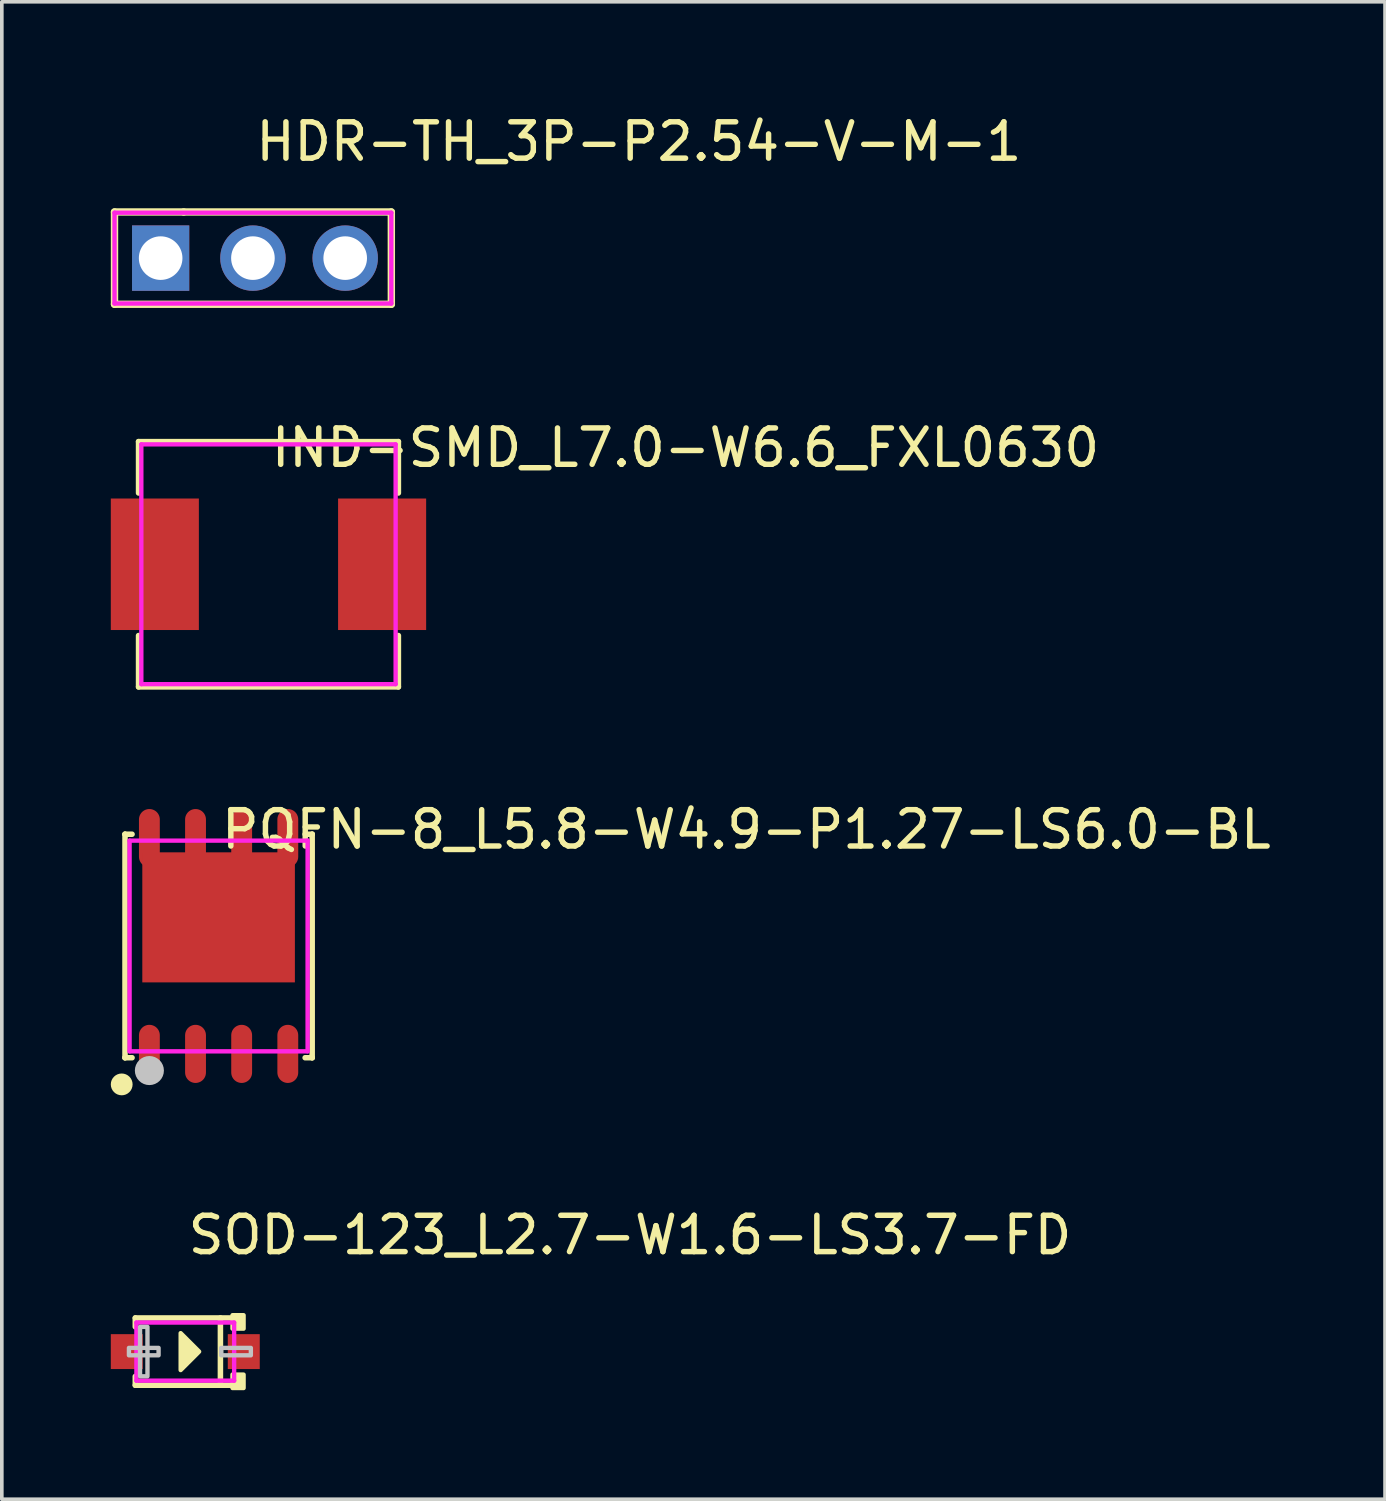
<source format=kicad_pcb>
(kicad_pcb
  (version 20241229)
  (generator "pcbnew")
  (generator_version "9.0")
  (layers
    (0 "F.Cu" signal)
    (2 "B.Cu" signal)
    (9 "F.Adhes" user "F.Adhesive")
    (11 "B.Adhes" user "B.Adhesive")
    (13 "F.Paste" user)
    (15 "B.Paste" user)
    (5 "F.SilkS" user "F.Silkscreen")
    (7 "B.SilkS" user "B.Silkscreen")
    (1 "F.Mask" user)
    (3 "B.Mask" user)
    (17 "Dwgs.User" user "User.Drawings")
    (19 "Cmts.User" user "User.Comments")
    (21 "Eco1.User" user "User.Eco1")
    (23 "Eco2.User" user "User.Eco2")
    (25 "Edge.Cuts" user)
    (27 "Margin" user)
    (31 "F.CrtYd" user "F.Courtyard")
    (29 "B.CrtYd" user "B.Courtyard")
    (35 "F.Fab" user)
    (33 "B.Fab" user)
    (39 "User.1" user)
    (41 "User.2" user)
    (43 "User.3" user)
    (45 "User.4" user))
  (footprint "PQFN-8_L5.8-W4.9-P1.27-LS6.0-BL"
    (layer "F.Cu")
    (at 2.967 22.989)
    (property "Reference" "PQFN-8_L5.8-W4.9-P1.27-LS6.0-BL" (at 0 -3.207 0) (layer "F.SilkS") (effects (font (size 1 1) (thickness 0.15)) (justify left)))
    (attr through_hole)
    (fp_line (start -2.576 -3.076) (end -2.576 -3.076) (stroke (width 0.152) (type solid)) (layer "F.SilkS"))
    (fp_line (start -2.576 -3.076) (end -2.382 -3.076) (stroke (width 0.152) (type solid)) (layer "F.SilkS"))
    (fp_line (start -2.576 3.076) (end -2.576 -3.076) (stroke (width 0.152) (type solid)) (layer "F.SilkS"))
    (fp_line (start -2.576 3.076) (end -2.576 3.076) (stroke (width 0.152) (type solid)) (layer "F.SilkS"))
    (fp_line (start -2.382 3.076) (end -2.576 3.076) (stroke (width 0.152) (type solid)) (layer "F.SilkS"))
    (fp_line (start 2.382 3.076) (end 2.576 3.076) (stroke (width 0.152) (type solid)) (layer "F.SilkS"))
    (fp_line (start 2.576 -3.076) (end 2.382 -3.076) (stroke (width 0.152) (type solid)) (layer "F.SilkS"))
    (fp_line (start 2.576 -3.076) (end 2.576 -3.076) (stroke (width 0.152) (type solid)) (layer "F.SilkS"))
    (fp_line (start 2.576 3.076) (end 2.576 -3.076) (stroke (width 0.152) (type solid)) (layer "F.SilkS"))
    (fp_line (start 2.576 3.076) (end 2.576 3.076) (stroke (width 0.152) (type solid)) (layer "F.SilkS"))
    (fp_circle (center -2.667 3.81) (end -2.517 3.81) (stroke (width 0.3) (type solid)) (fill no) (layer "F.SilkS"))
    (fp_poly (pts (xy -2.192 2.457) (xy -2.186 2.401) (xy -2.17 2.347) (xy -2.144 2.298) (xy -2.108 2.254) (xy -2.064 2.218) (xy -2.015 2.192) (xy -1.961 2.176) (xy -1.905 2.17) (xy -1.849 2.176) (xy -1.795 2.192) (xy -1.746 2.218) (xy -1.702 2.254) (xy -1.666 2.298) (xy -1.64 2.347) (xy -1.624 2.401) (xy -1.618 2.457) (xy -1.618 3.483) (xy -1.624 3.539) (xy -1.64 3.593) (xy -1.666 3.642) (xy -1.702 3.686) (xy -1.746 3.722) (xy -1.795 3.748) (xy -1.849 3.765) (xy -1.905 3.77) (xy -1.961 3.765) (xy -2.015 3.748) (xy -2.064 3.722) (xy -2.108 3.686) (xy -2.144 3.642) (xy -2.17 3.593) (xy -2.186 3.539) (xy -2.192 3.483)) (stroke (width 0.12) (type solid)) (fill yes) (layer "F.Paste"))
    (fp_poly (pts (xy -0.922 2.457) (xy -0.916 2.401) (xy -0.9 2.347) (xy -0.874 2.298) (xy -0.838 2.254) (xy -0.794 2.218) (xy -0.745 2.192) (xy -0.691 2.176) (xy -0.635 2.17) (xy -0.579 2.176) (xy -0.525 2.192) (xy -0.476 2.218) (xy -0.432 2.254) (xy -0.396 2.298) (xy -0.37 2.347) (xy -0.354 2.401) (xy -0.348 2.457) (xy -0.348 3.483) (xy -0.354 3.539) (xy -0.37 3.593) (xy -0.396 3.642) (xy -0.432 3.686) (xy -0.476 3.722) (xy -0.525 3.748) (xy -0.579 3.765) (xy -0.635 3.77) (xy -0.691 3.765) (xy -0.745 3.748) (xy -0.794 3.722) (xy -0.838 3.686) (xy -0.874 3.642) (xy -0.9 3.593) (xy -0.916 3.539) (xy -0.922 3.483)) (stroke (width 0.12) (type solid)) (fill yes) (layer "F.Paste"))
    (fp_poly (pts (xy 0.348 2.457) (xy 0.354 2.401) (xy 0.37 2.347) (xy 0.396 2.298) (xy 0.432 2.254) (xy 0.476 2.218) (xy 0.525 2.192) (xy 0.579 2.176) (xy 0.635 2.17) (xy 0.691 2.176) (xy 0.745 2.192) (xy 0.794 2.218) (xy 0.838 2.254) (xy 0.874 2.298) (xy 0.9 2.347) (xy 0.916 2.401) (xy 0.922 2.457) (xy 0.922 3.483) (xy 0.916 3.539) (xy 0.9 3.593) (xy 0.874 3.642) (xy 0.838 3.686) (xy 0.794 3.722) (xy 0.745 3.748) (xy 0.691 3.765) (xy 0.635 3.77) (xy 0.579 3.765) (xy 0.525 3.748) (xy 0.476 3.722) (xy 0.432 3.686) (xy 0.396 3.642) (xy 0.37 3.593) (xy 0.354 3.539) (xy 0.348 3.483)) (stroke (width 0.12) (type solid)) (fill yes) (layer "F.Paste"))
    (fp_poly (pts (xy 1.618 2.457) (xy 1.624 2.401) (xy 1.64 2.347) (xy 1.666 2.298) (xy 1.702 2.254) (xy 1.746 2.218) (xy 1.795 2.192) (xy 1.849 2.176) (xy 1.905 2.17) (xy 1.961 2.176) (xy 2.015 2.192) (xy 2.064 2.218) (xy 2.108 2.254) (xy 2.144 2.298) (xy 2.17 2.347) (xy 2.186 2.401) (xy 2.192 2.457) (xy 2.192 3.483) (xy 2.186 3.539) (xy 2.17 3.593) (xy 2.144 3.642) (xy 2.108 3.686) (xy 2.064 3.722) (xy 2.015 3.748) (xy 1.961 3.765) (xy 1.905 3.77) (xy 1.849 3.765) (xy 1.795 3.748) (xy 1.746 3.722) (xy 1.702 3.686) (xy 1.666 3.642) (xy 1.64 3.593) (xy 1.624 3.539) (xy 1.618 3.483)) (stroke (width 0.12) (type solid)) (fill yes) (layer "F.Paste"))
    (fp_poly (pts (xy 2.1 1) (xy 2.1 -2.25) (xy 2.138 -2.297) (xy 2.167 -2.35) (xy 2.184 -2.407) (xy 2.19 -2.467) (xy 2.19 -2.52) (xy 2.19 -3.51) (xy 2.185 -3.561) (xy 2.17 -3.609) (xy 2.146 -3.654) (xy 2.114 -3.694) (xy 2.074 -3.726) (xy 2.029 -3.75) (xy 1.981 -3.765) (xy 1.93 -3.77) (xy 1.88 -3.77) (xy 1.829 -3.765) (xy 1.78 -3.75) (xy 1.736 -3.726) (xy 1.696 -3.694) (xy 1.664 -3.654) (xy 1.64 -3.609) (xy 1.625 -3.561) (xy 1.62 -3.51) (xy 1.62 -2.58) (xy 0.92 -2.58) (xy 0.92 -3.49) (xy 0.915 -3.545) (xy 0.899 -3.597) (xy 0.873 -3.646) (xy 0.838 -3.688) (xy 0.796 -3.723) (xy 0.747 -3.749) (xy 0.695 -3.765) (xy 0.64 -3.77) (xy 0.63 -3.77) (xy 0.575 -3.765) (xy 0.523 -3.749) (xy 0.474 -3.723) (xy 0.432 -3.688) (xy 0.397 -3.646) (xy 0.371 -3.597) (xy 0.355 -3.545) (xy 0.35 -3.49) (xy 0.35 -3.46) (xy 0.35 -2.58) (xy -0.35 -2.58) (xy -0.35 -3.52) (xy -0.355 -3.569) (xy -0.369 -3.616) (xy -0.392 -3.659) (xy -0.423 -3.697) (xy -0.461 -3.728) (xy -0.504 -3.751) (xy -0.551 -3.765) (xy -0.6 -3.77) (xy -0.64 -3.77) (xy -0.695 -3.765) (xy -0.747 -3.749) (xy -0.796 -3.723) (xy -0.838 -3.688) (xy -0.873 -3.646) (xy -0.899 -3.597) (xy -0.915 -3.545) (xy -0.92 -3.49) (xy -0.92 -2.58) (xy -1.62 -2.58) (xy -1.62 -3.51) (xy -1.625 -3.561) (xy -1.64 -3.609) (xy -1.664 -3.654) (xy -1.696 -3.694) (xy -1.736 -3.726) (xy -1.78 -3.75) (xy -1.829 -3.765) (xy -1.88 -3.77) (xy -1.91 -3.77) (xy -1.965 -3.765) (xy -2.017 -3.749) (xy -2.066 -3.723) (xy -2.108 -3.688) (xy -2.143 -3.646) (xy -2.169 -3.597) (xy -2.185 -3.545) (xy -2.19 -3.49) (xy -2.19 -3.46) (xy -2.19 -2.44) (xy -2.185 -2.388) (xy -2.17 -2.338) (xy -2.145 -2.292) (xy -2.112 -2.252) (xy -2.1 -2.24) (xy -2.104 -2.235) (xy -2.107 -2.229) (xy -2.109 -2.223) (xy -2.11 -2.216) (xy -2.11 1.01)) (stroke (width 0.12) (type solid)) (fill yes) (layer "F.Paste"))
    (fp_circle (center -1.905 3.429) (end -1.705 3.429) (stroke (width 0.4) (type solid)) (fill no) (layer "Dwgs.User"))
    (fp_circle (center -2.5 3) (end -2.47 3) (stroke (width 0.06) (type solid)) (fill no) (layer "Eco2.User"))
    (fp_poly (pts (xy -2.11 -3) (xy -2.11 -2.195) (xy -1.7 -2.195) (xy -1.7 -3)) (stroke (width 0.12) (type solid)) (fill no) (layer "Eco2.User"))
    (fp_poly (pts (xy -2.11 3) (xy -2.11 2.195) (xy -1.7 2.195) (xy -1.7 3)) (stroke (width 0.12) (type solid)) (fill no) (layer "Eco2.User"))
    (fp_poly (pts (xy -0.84 -3) (xy -0.84 -2.195) (xy -0.43 -2.195) (xy -0.43 -3)) (stroke (width 0.12) (type solid)) (fill no) (layer "Eco2.User"))
    (fp_poly (pts (xy -0.84 3) (xy -0.84 2.195) (xy -0.43 2.195) (xy -0.43 3)) (stroke (width 0.12) (type solid)) (fill no) (layer "Eco2.User"))
    (fp_poly (pts (xy 0.43 -3) (xy 0.43 -2.195) (xy 0.84 -2.195) (xy 0.84 -3)) (stroke (width 0.12) (type solid)) (fill no) (layer "Eco2.User"))
    (fp_poly (pts (xy 0.43 3) (xy 0.43 2.195) (xy 0.84 2.195) (xy 0.84 3)) (stroke (width 0.12) (type solid)) (fill no) (layer "Eco2.User"))
    (fp_poly (pts (xy 1.7 -3) (xy 1.7 -2.195) (xy 2.11 -2.195) (xy 2.11 -3)) (stroke (width 0.12) (type solid)) (fill no) (layer "Eco2.User"))
    (fp_poly (pts (xy 1.7 3) (xy 1.7 2.195) (xy 2.11 2.195) (xy 2.11 3)) (stroke (width 0.12) (type solid)) (fill no) (layer "Eco2.User"))
    (fp_poly (pts (xy -2.1 0.644) (xy -2.1 -2.578) (xy 2.1 -2.578) (xy 2.1 1.002) (xy -1.742 1.002)) (stroke (width 0.12) (type solid)) (fill no) (layer "Eco2.User"))
    (fp_line (start -2.45 -2.9) (end 2.45 -2.9) (stroke (width 0.12) (type solid)) (layer "F.CrtYd"))
    (fp_line (start -2.45 2.9) (end -2.45 -2.9) (stroke (width 0.12) (type solid)) (layer "F.CrtYd"))
    (fp_line (start 2.45 -2.9) (end 2.45 2.9) (stroke (width 0.12) (type solid)) (layer "F.CrtYd"))
    (fp_line (start 2.45 2.9) (end -2.45 2.9) (stroke (width 0.12) (type solid)) (layer "F.CrtYd"))
    (pad "1" smd oval (at -1.905 2.97) (size 0.574 1.6) (layers "F.Cu" "F.Mask" "F.Paste"))
    (pad "2" smd oval (at -0.635 2.97) (size 0.574 1.6) (layers "F.Cu" "F.Mask" "F.Paste"))
    (pad "3" smd oval (at 0.635 2.97) (size 0.574 1.6) (layers "F.Cu" "F.Mask" "F.Paste"))
    (pad "4" smd oval (at 1.905 2.97) (size 0.574 1.6) (layers "F.Cu" "F.Mask" "F.Paste"))
    (pad "5" smd oval (at 1.905 -2.97) (size 0.574 1.6) (layers "F.Cu" "F.Mask" "F.Paste"))
    (pad "6" smd oval (at 0.635 -2.97) (size 0.574 1.6) (layers "F.Cu" "F.Mask" "F.Paste"))
    (pad "7" smd oval (at -0.635 -2.97) (size 0.574 1.6) (layers "F.Cu" "F.Mask" "F.Paste"))
    (pad "8" smd oval (at -1.905 -2.97) (size 0.574 1.6) (layers "F.Cu" "F.Mask" "F.Paste"))
    (pad "9" smd rect (at 0 -0.788) (size 4.2 3.58) (layers "F.Cu" "F.Mask" "F.Paste")))
  (footprint "SOD-123_L2.7-W1.6-LS3.7-FD"
    (layer "F.Cu")
    (at 2.05 34.154)
    (property "Reference" "SOD-123_L2.7-W1.6-LS3.7-FD" (at 0 -3.207 0) (layer "F.SilkS") (effects (font (size 1 1) (thickness 0.15)) (justify left)))
    (attr through_hole)
    (fp_line (start -1.376 -0.926) (end -1.376 -0.683) (stroke (width 0.152) (type solid)) (layer "F.SilkS"))
    (fp_line (start -1.376 0.926) (end -1.376 0.683) (stroke (width 0.152) (type solid)) (layer "F.SilkS"))
    (fp_line (start 0.967 0.926) (end 0.967 -0.926) (stroke (width 0.152) (type solid)) (layer "F.SilkS"))
    (fp_line (start 1.376 -0.926) (end -1.376 -0.926) (stroke (width 0.152) (type solid)) (layer "F.SilkS"))
    (fp_line (start 1.376 0.926) (end -1.376 0.926) (stroke (width 0.152) (type solid)) (layer "F.SilkS"))
    (fp_poly (pts (xy 0.381 0) (xy -0.127 -0.508) (xy -0.127 0.508)) (stroke (width 0.12) (type solid)) (fill yes) (layer "F.SilkS"))
    (fp_poly (pts (xy 1.3 -1.002) (xy 1.3 -0.632) (xy 1.605 -0.632) (xy 1.605 -1.002)) (stroke (width 0.12) (type solid)) (fill yes) (layer "F.SilkS"))
    (fp_poly (pts (xy 1.3 1.003) (xy 1.3 0.632) (xy 1.605 0.633) (xy 1.605 1.003)) (stroke (width 0.12) (type solid)) (fill yes) (layer "F.SilkS"))
    (fp_poly (pts (xy -1.551 0.102) (xy -1.551 -0.102) (xy -0.735 -0.102) (xy -0.735 0.102)) (stroke (width 0.12) (type solid)) (fill no) (layer "Dwgs.User"))
    (fp_poly (pts (xy -1.245 0.68) (xy -1.245 -0.68) (xy -1.041 -0.68) (xy -1.041 0.68)) (stroke (width 0.12) (type solid)) (fill no) (layer "Dwgs.User"))
    (fp_poly (pts (xy 1.805 0.102) (xy 1.805 -0.102) (xy 0.989 -0.102) (xy 0.989 0.102)) (stroke (width 0.12) (type solid)) (fill no) (layer "Dwgs.User"))
    (fp_line (start -1.511 -0.3) (end -1.511 0.3) (stroke (width 0.12) (type solid)) (layer "Eco2.User"))
    (fp_line (start -1.511 0.3) (end -1.34 0.3) (stroke (width 0.12) (type solid)) (layer "Eco2.User"))
    (fp_line (start -1.34 -0.3) (end -1.511 -0.3) (stroke (width 0.12) (type solid)) (layer "Eco2.User"))
    (fp_line (start -1.34 0.3) (end -1.34 -0.3) (stroke (width 0.12) (type solid)) (layer "Eco2.User"))
    (fp_line (start 1.34 -0.3) (end 1.34 0.3) (stroke (width 0.12) (type solid)) (layer "Eco2.User"))
    (fp_line (start 1.34 0.3) (end 1.511 0.3) (stroke (width 0.12) (type solid)) (layer "Eco2.User"))
    (fp_line (start 1.511 -0.3) (end 1.34 -0.3) (stroke (width 0.12) (type solid)) (layer "Eco2.User"))
    (fp_line (start 1.511 0.3) (end 1.511 -0.3) (stroke (width 0.12) (type solid)) (layer "Eco2.User"))
    (fp_circle (center -1.851 0.8) (end -1.821 0.8) (stroke (width 0.06) (type solid)) (fill no) (layer "Eco2.User"))
    (fp_poly (pts (xy -1.851 -0.3) (xy -1.501 -0.3) (xy -1.501 0.3) (xy -1.851 0.3)) (stroke (width 0.12) (type solid)) (fill no) (layer "Eco2.User"))
    (fp_poly (pts (xy 1.851 0.3) (xy 1.501 0.3) (xy 1.501 -0.3) (xy 1.851 -0.3)) (stroke (width 0.12) (type solid)) (fill no) (layer "Eco2.User"))
    (fp_line (start -1.345 -0.8) (end 1.345 -0.8) (stroke (width 0.12) (type solid)) (layer "F.CrtYd"))
    (fp_line (start -1.345 0.8) (end -1.345 -0.8) (stroke (width 0.12) (type solid)) (layer "F.CrtYd"))
    (fp_line (start 1.345 -0.8) (end 1.345 0.8) (stroke (width 0.12) (type solid)) (layer "F.CrtYd"))
    (fp_line (start 1.345 0.8) (end -1.345 0.8) (stroke (width 0.12) (type solid)) (layer "F.CrtYd"))
    (pad "1" smd rect (at -1.61 0 180) (size 0.88 0.96) (layers "F.Cu" "F.Mask" "F.Paste"))
    (pad "2" smd rect (at 1.61 0 180) (size 0.88 0.96) (layers "F.Cu" "F.Mask" "F.Paste")))
  (footprint "IND-SMD_L7.0-W6.6_FXL0630"
    (layer "F.Cu")
    (at 4.34 12.482)
    (property "Reference" "IND-SMD_L7.0-W6.6_FXL0630" (at 0 -3.207 0) (layer "F.SilkS") (effects (font (size 1 1) (thickness 0.15)) (justify left)))
    (attr through_hole)
    (fp_line (start -3.576 -3.376) (end 3.576 -3.376) (stroke (width 0.152) (type solid)) (layer "F.SilkS"))
    (fp_line (start -3.576 -1.962) (end -3.576 -3.376) (stroke (width 0.152) (type solid)) (layer "F.SilkS"))
    (fp_line (start -3.576 1.962) (end -3.576 3.376) (stroke (width 0.152) (type solid)) (layer "F.SilkS"))
    (fp_line (start -3.576 3.376) (end 3.576 3.376) (stroke (width 0.152) (type solid)) (layer "F.SilkS"))
    (fp_line (start 3.576 -3.376) (end 3.576 -1.962) (stroke (width 0.152) (type solid)) (layer "F.SilkS"))
    (fp_line (start 3.576 3.376) (end 3.576 1.962) (stroke (width 0.152) (type solid)) (layer "F.SilkS"))
    (fp_circle (center 3.5 -3.3) (end 3.53 -3.3) (stroke (width 0.06) (type solid)) (fill no) (layer "Eco2.User"))
    (fp_poly (pts (xy -3.5 1.6) (xy -3.5 -1.6) (xy -2 -1.6) (xy -2 1.6)) (stroke (width 0.12) (type solid)) (fill no) (layer "Eco2.User"))
    (fp_poly (pts (xy 3.5 1.6) (xy 3.5 -1.6) (xy 2 -1.6) (xy 2 1.6)) (stroke (width 0.12) (type solid)) (fill no) (layer "Eco2.User"))
    (fp_line (start -3.5 -3.3) (end 3.5 -3.3) (stroke (width 0.12) (type solid)) (layer "F.CrtYd"))
    (fp_line (start -3.5 3.3) (end -3.5 -3.3) (stroke (width 0.12) (type solid)) (layer "F.CrtYd"))
    (fp_line (start 3.5 -3.3) (end 3.5 3.3) (stroke (width 0.12) (type solid)) (layer "F.CrtYd"))
    (fp_line (start 3.5 3.3) (end -3.5 3.3) (stroke (width 0.12) (type solid)) (layer "F.CrtYd"))
    (pad "1" smd rect (at 3.128 0) (size 2.424 3.62) (layers "F.Cu" "F.Mask" "F.Paste"))
    (pad "2" smd rect (at -3.128 0) (size 2.424 3.62) (layers "F.Cu" "F.Mask" "F.Paste")))
  (footprint "HDR-TH_3P-P2.54-V-M-1"
    (layer "F.Cu")
    (at 3.912 4.055)
    (property "Reference" "HDR-TH_3P-P2.54-V-M-1" (at 0 -3.207 0) (layer "F.SilkS") (effects (font (size 1 1) (thickness 0.15)) (justify left)))
    (attr through_hole)
    (fp_line (start -3.81 -1.27) (end -3.81 1.27) (stroke (width 0.203) (type solid)) (layer "F.SilkS"))
    (fp_line (start -3.81 1.27) (end 3.81 1.27) (stroke (width 0.203) (type solid)) (layer "F.SilkS"))
    (fp_line (start -1.905 -1.27) (end -3.81 -1.27) (stroke (width 0.203) (type solid)) (layer "F.SilkS"))
    (fp_line (start 3.81 -1.27) (end -1.905 -1.27) (stroke (width 0.203) (type solid)) (layer "F.SilkS"))
    (fp_line (start 3.81 1.27) (end 3.81 -1.27) (stroke (width 0.203) (type solid)) (layer "F.SilkS"))
    (fp_circle (center -3.81 1.25) (end -3.78 1.25) (stroke (width 0.06) (type solid)) (fill no) (layer "Eco2.User"))
    (fp_poly (pts (xy -2.86 -0.32) (xy -2.22 -0.32) (xy -2.22 0.32) (xy -2.86 0.32)) (stroke (width 0.12) (type solid)) (fill no) (layer "Eco2.User"))
    (fp_poly (pts (xy -0.32 -0.32) (xy 0.32 -0.32) (xy 0.32 0.32) (xy -0.32 0.32)) (stroke (width 0.12) (type solid)) (fill no) (layer "Eco2.User"))
    (fp_poly (pts (xy 2.22 -0.32) (xy 2.86 -0.32) (xy 2.86 0.32) (xy 2.22 0.32)) (stroke (width 0.12) (type solid)) (fill no) (layer "Eco2.User"))
    (fp_line (start -3.81 -1.25) (end 3.81 -1.25) (stroke (width 0.12) (type solid)) (layer "F.CrtYd"))
    (fp_line (start -3.81 1.25) (end -3.81 -1.25) (stroke (width 0.12) (type solid)) (layer "F.CrtYd"))
    (fp_line (start 3.81 -1.25) (end 3.81 1.25) (stroke (width 0.12) (type solid)) (layer "F.CrtYd"))
    (fp_line (start 3.81 1.25) (end -3.81 1.25) (stroke (width 0.12) (type solid)) (layer "F.CrtYd"))
    (pad "1" thru_hole rect (at -2.54 0) (size 1.575 1.8) (drill 1.2) (layers "*.Cu" "*.Mask"))
    (pad "2" thru_hole circle (at 0 0) (size 1.8 1.8) (drill 1.2) (layers "*.Cu" "*.Mask"))
    (pad "3" thru_hole circle (at 2.54 0) (size 1.8 1.8) (drill 1.2) (layers "*.Cu" "*.Mask")))
  (gr_rect
    (start -3 -3)
    (end 35.074 38.218)
    (stroke (width 0.1) (type default))
    (fill no)
    (layer "Edge.Cuts")))
</source>
